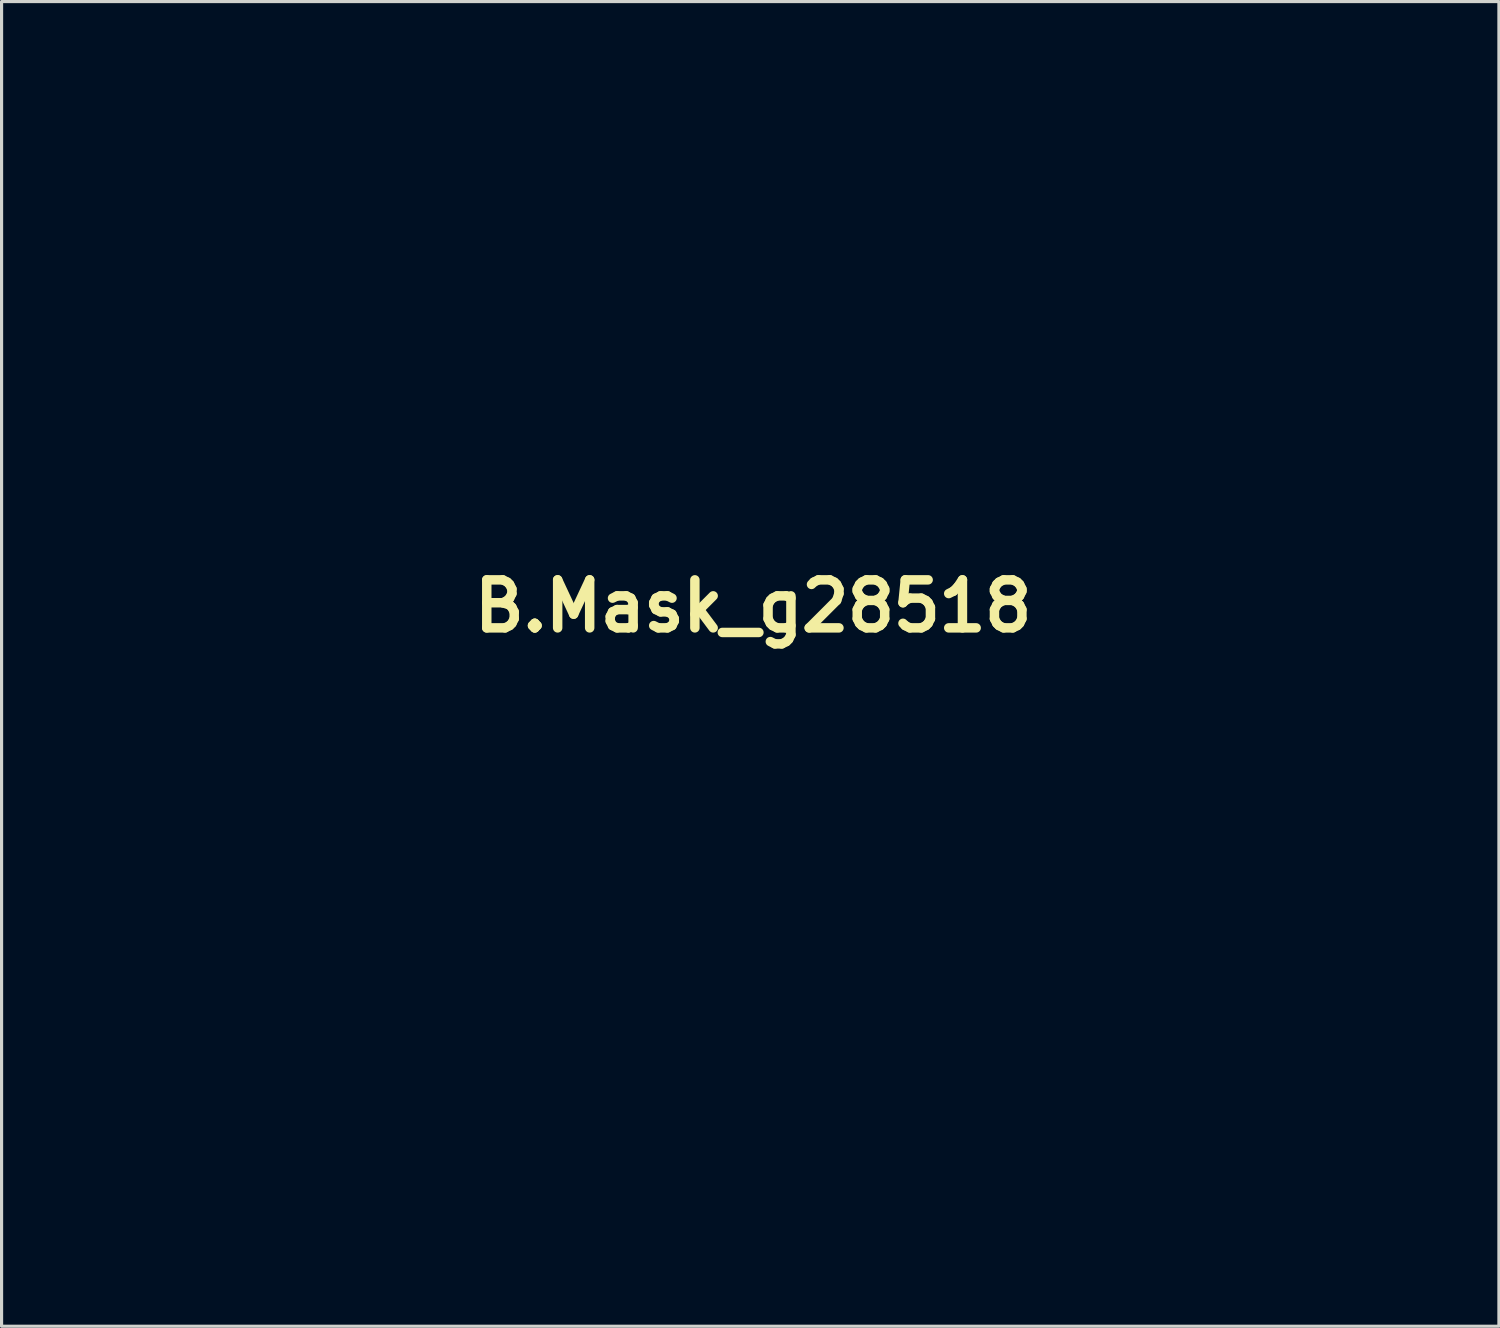
<source format=kicad_pcb>
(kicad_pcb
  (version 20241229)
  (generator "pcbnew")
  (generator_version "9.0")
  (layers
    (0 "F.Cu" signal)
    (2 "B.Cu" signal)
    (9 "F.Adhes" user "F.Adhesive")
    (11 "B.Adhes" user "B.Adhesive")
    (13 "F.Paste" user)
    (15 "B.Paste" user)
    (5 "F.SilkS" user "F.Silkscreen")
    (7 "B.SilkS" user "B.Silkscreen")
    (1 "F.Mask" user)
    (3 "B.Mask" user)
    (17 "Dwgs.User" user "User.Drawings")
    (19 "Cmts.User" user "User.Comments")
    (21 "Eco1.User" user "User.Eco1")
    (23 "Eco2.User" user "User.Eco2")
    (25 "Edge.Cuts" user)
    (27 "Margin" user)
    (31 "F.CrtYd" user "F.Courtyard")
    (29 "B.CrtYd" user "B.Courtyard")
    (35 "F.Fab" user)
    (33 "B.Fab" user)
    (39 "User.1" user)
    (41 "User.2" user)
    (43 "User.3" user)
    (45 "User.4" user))
  (footprint "B.Mask_g28518"
    (layer "F.Cu")
    (at 20.851 16.185)
    (property "Reference" "B.Mask_g28518" (at 0 0 0) (layer "F.SilkS") (effects (font (size 1.524 1.524) (thickness 0.3))))
    (attr through_hole)
    (fp_poly (pts (xy 19.334 5.877) (xy 19.467 5.887) (xy 19.573 5.906) (xy 19.659 5.935) (xy 19.733 5.977) (xy 19.785 6.019) (xy 19.844 6.08) (xy 19.886 6.147) (xy 19.911 6.226) (xy 19.919 6.321) (xy 19.91 6.435) (xy 19.884 6.573) (xy 19.84 6.74) (xy 19.778 6.939) (xy 19.75 7.024) (xy 19.635 7.354) (xy 19.499 7.713) (xy 19.347 8.094) (xy 19.181 8.491) (xy 19.004 8.897) (xy 18.819 9.307) (xy 18.629 9.713) (xy 18.436 10.111) (xy 18.244 10.492) (xy 18.055 10.851) (xy 17.873 11.183) (xy 17.711 11.462) (xy 17.57 11.694) (xy 17.421 11.936) (xy 17.266 12.184) (xy 17.107 12.434) (xy 16.948 12.683) (xy 16.789 12.927) (xy 16.635 13.162) (xy 16.486 13.386) (xy 16.345 13.593) (xy 16.215 13.782) (xy 16.099 13.948) (xy 15.997 14.088) (xy 15.913 14.198) (xy 15.861 14.262) (xy 15.801 14.331) (xy 15.543 13.934) (xy 15.387 13.69) (xy 15.253 13.477) (xy 15.139 13.29) (xy 15.043 13.124) (xy 14.963 12.975) (xy 14.897 12.839) (xy 14.842 12.712) (xy 14.796 12.589) (xy 14.758 12.465) (xy 14.725 12.337) (xy 14.709 12.266) (xy 14.686 12.115) (xy 14.678 11.931) (xy 14.683 11.72) (xy 14.7 11.49) (xy 14.73 11.247) (xy 14.771 10.999) (xy 14.824 10.751) (xy 14.827 10.737) (xy 14.937 10.34) (xy 15.074 9.937) (xy 15.238 9.533) (xy 15.425 9.132) (xy 15.632 8.739) (xy 15.856 8.359) (xy 16.094 7.997) (xy 16.345 7.657) (xy 16.604 7.344) (xy 16.869 7.062) (xy 17.137 6.817) (xy 17.201 6.765) (xy 17.356 6.649) (xy 17.534 6.527) (xy 17.729 6.404) (xy 17.931 6.285) (xy 18.133 6.174) (xy 18.326 6.076) (xy 18.504 5.996) (xy 18.657 5.937) (xy 18.665 5.934) (xy 18.741 5.91) (xy 18.806 5.894) (xy 18.871 5.883) (xy 18.946 5.877) (xy 19.042 5.874) (xy 19.166 5.874) (xy 19.334 5.877)) (stroke (width 0.01) (type solid)) (fill yes) (layer "B.Mask"))
    (fp_poly (pts (xy 19.102 -2.786) (xy 19.169 -2.764) (xy 19.228 -2.721) (xy 19.256 -2.692) (xy 19.318 -2.61) (xy 19.389 -2.491) (xy 19.467 -2.339) (xy 19.552 -2.158) (xy 19.64 -1.951) (xy 19.732 -1.724) (xy 19.825 -1.478) (xy 19.917 -1.22) (xy 20.008 -0.951) (xy 20.095 -0.678) (xy 20.177 -0.402) (xy 20.192 -0.352) (xy 20.236 -0.19) (xy 20.283 -0.01) (xy 20.332 0.184) (xy 20.381 0.386) (xy 20.43 0.592) (xy 20.477 0.795) (xy 20.521 0.992) (xy 20.56 1.176) (xy 20.595 1.344) (xy 20.623 1.49) (xy 20.644 1.608) (xy 20.656 1.694) (xy 20.659 1.734) (xy 20.655 1.759) (xy 20.643 1.785) (xy 20.617 1.818) (xy 20.573 1.86) (xy 20.508 1.918) (xy 20.416 1.994) (xy 20.336 2.059) (xy 20.158 2.203) (xy 19.959 2.363) (xy 19.742 2.537) (xy 19.511 2.72) (xy 19.271 2.909) (xy 19.028 3.101) (xy 18.784 3.293) (xy 18.545 3.48) (xy 18.314 3.659) (xy 18.098 3.827) (xy 17.899 3.981) (xy 17.722 4.116) (xy 17.572 4.23) (xy 17.522 4.267) (xy 17.213 4.476) (xy 16.894 4.65) (xy 16.569 4.787) (xy 16.244 4.884) (xy 16.178 4.899) (xy 16.053 4.92) (xy 15.914 4.934) (xy 15.776 4.942) (xy 15.652 4.942) (xy 15.554 4.933) (xy 15.55 4.932) (xy 15.471 4.911) (xy 15.38 4.879) (xy 15.334 4.858) (xy 15.208 4.774) (xy 15.092 4.653) (xy 14.987 4.496) (xy 14.894 4.309) (xy 14.816 4.094) (xy 14.754 3.855) (xy 14.711 3.596) (xy 14.71 3.59) (xy 14.695 3.409) (xy 14.691 3.2) (xy 14.697 2.977) (xy 14.712 2.755) (xy 14.737 2.546) (xy 14.764 2.392) (xy 14.891 1.88) (xy 15.057 1.369) (xy 15.261 0.864) (xy 15.5 0.37) (xy 15.772 -0.11) (xy 16.073 -0.57) (xy 16.402 -1.005) (xy 16.755 -1.412) (xy 16.859 -1.521) (xy 17.168 -1.82) (xy 17.47 -2.079) (xy 17.768 -2.296) (xy 18.061 -2.475) (xy 18.352 -2.614) (xy 18.641 -2.715) (xy 18.903 -2.774) (xy 19.017 -2.789) (xy 19.102 -2.786)) (stroke (width 0.01) (type solid)) (fill yes) (layer "B.Mask"))
    (fp_poly (pts (xy -11.502 -16.178) (xy -11.488 -16.166) (xy -11.479 -16.139) (xy -11.474 -16.093) (xy -11.474 -16.024) (xy -11.479 -15.929) (xy -11.488 -15.802) (xy -11.501 -15.641) (xy -11.515 -15.493) (xy -11.558 -15.044) (xy -11.6 -14.635) (xy -11.642 -14.262) (xy -11.685 -13.921) (xy -11.729 -13.61) (xy -11.774 -13.324) (xy -11.823 -13.062) (xy -11.874 -12.819) (xy -11.929 -12.593) (xy -11.989 -12.38) (xy -12.054 -12.177) (xy -12.125 -11.981) (xy -12.203 -11.789) (xy -12.288 -11.596) (xy -12.371 -11.419) (xy -12.53 -11.11) (xy -12.704 -10.801) (xy -12.888 -10.499) (xy -13.078 -10.21) (xy -13.27 -9.94) (xy -13.46 -9.697) (xy -13.643 -9.487) (xy -13.681 -9.446) (xy -13.8 -9.328) (xy -13.902 -9.241) (xy -13.993 -9.182) (xy -14.078 -9.148) (xy -14.164 -9.133) (xy -14.177 -9.133) (xy -14.243 -9.128) (xy -14.289 -9.116) (xy -14.33 -9.088) (xy -14.382 -9.036) (xy -14.392 -9.025) (xy -14.454 -8.958) (xy -14.512 -8.891) (xy -14.546 -8.849) (xy -14.602 -8.776) (xy -14.813 -8.875) (xy -14.903 -8.916) (xy -14.982 -8.949) (xy -15.041 -8.969) (xy -15.066 -8.975) (xy -15.109 -8.957) (xy -15.166 -8.908) (xy -15.233 -8.834) (xy -15.306 -8.741) (xy -15.378 -8.635) (xy -15.42 -8.565) (xy -15.51 -8.409) (xy -15.585 -8.286) (xy -15.651 -8.192) (xy -15.713 -8.124) (xy -15.778 -8.077) (xy -15.849 -8.047) (xy -15.934 -8.031) (xy -16.037 -8.024) (xy -16.165 -8.023) (xy -16.191 -8.023) (xy -16.356 -8.026) (xy -16.48 -8.034) (xy -16.564 -8.048) (xy -16.584 -8.054) (xy -16.675 -8.104) (xy -16.769 -8.191) (xy -16.861 -8.308) (xy -16.949 -8.45) (xy -17.028 -8.609) (xy -17.094 -8.781) (xy -17.133 -8.914) (xy -17.166 -9.056) (xy -17.192 -9.191) (xy -17.212 -9.331) (xy -17.226 -9.485) (xy -17.237 -9.664) (xy -17.242 -9.807) (xy -17.255 -10.171) (xy -16.941 -10.636) (xy -16.431 -11.358) (xy -15.882 -12.073) (xy -15.295 -12.778) (xy -14.673 -13.47) (xy -14.018 -14.147) (xy -13.747 -14.413) (xy -13.59 -14.563) (xy -13.42 -14.718) (xy -13.242 -14.876) (xy -13.058 -15.035) (xy -12.872 -15.194) (xy -12.685 -15.348) (xy -12.502 -15.496) (xy -12.325 -15.636) (xy -12.157 -15.765) (xy -12.001 -15.881) (xy -11.86 -15.982) (xy -11.738 -16.064) (xy -11.638 -16.126) (xy -11.561 -16.165) (xy -11.512 -16.18) (xy -11.502 -16.178)) (stroke (width 0.01) (type solid)) (fill yes) (layer "B.Mask"))
    (fp_poly (pts (xy -17.049 -6.205) (xy -16.949 -6.203) (xy -16.881 -6.199) (xy -16.85 -6.193) (xy -16.849 -6.191) (xy -16.859 -6.161) (xy -16.89 -6.096) (xy -16.942 -5.995) (xy -17.013 -5.86) (xy -17.104 -5.691) (xy -17.214 -5.488) (xy -17.343 -5.253) (xy -17.491 -4.986) (xy -17.609 -4.773) (xy -17.773 -4.477) (xy -17.917 -4.216) (xy -18.042 -3.987) (xy -18.15 -3.789) (xy -18.24 -3.618) (xy -18.314 -3.473) (xy -18.375 -3.352) (xy -18.421 -3.253) (xy -18.455 -3.173) (xy -18.478 -3.111) (xy -18.491 -3.064) (xy -18.493 -3.047) (xy -18.504 -2.951) (xy -18.332 -2.796) (xy -18.261 -2.728) (xy -18.201 -2.665) (xy -18.161 -2.615) (xy -18.148 -2.59) (xy -18.15 -2.54) (xy -18.182 -2.479) (xy -18.195 -2.461) (xy -18.244 -2.371) (xy -18.253 -2.282) (xy -18.222 -2.191) (xy -18.15 -2.098) (xy -18.036 -2.001) (xy -18.01 -1.982) (xy -17.867 -1.88) (xy -17.758 -1.799) (xy -17.679 -1.735) (xy -17.627 -1.687) (xy -17.599 -1.652) (xy -17.594 -1.636) (xy -17.602 -1.597) (xy -17.631 -1.523) (xy -17.683 -1.413) (xy -17.756 -1.267) (xy -17.85 -1.086) (xy -17.966 -0.869) (xy -18.104 -0.618) (xy -18.129 -0.572) (xy -18.215 -0.415) (xy -18.31 -0.237) (xy -18.408 -0.053) (xy -18.499 0.123) (xy -18.567 0.254) (xy -18.631 0.38) (xy -18.692 0.497) (xy -18.746 0.598) (xy -18.789 0.677) (xy -18.817 0.727) (xy -18.823 0.736) (xy -18.887 0.81) (xy -18.984 0.893) (xy -19.108 0.981) (xy -19.25 1.072) (xy -19.405 1.159) (xy -19.566 1.238) (xy -19.726 1.307) (xy -19.759 1.319) (xy -19.974 1.391) (xy -20.188 1.447) (xy -20.39 1.483) (xy -20.511 1.495) (xy -20.606 1.501) (xy -20.669 1.501) (xy -20.708 1.495) (xy -20.733 1.482) (xy -20.747 1.468) (xy -20.773 1.431) (xy -20.793 1.377) (xy -20.809 1.302) (xy -20.821 1.201) (xy -20.831 1.07) (xy -20.839 0.903) (xy -20.841 0.826) (xy -20.846 0.497) (xy -20.841 0.149) (xy -20.826 -0.209) (xy -20.802 -0.565) (xy -20.771 -0.908) (xy -20.732 -1.228) (xy -20.701 -1.429) (xy -20.606 -1.944) (xy -20.488 -2.49) (xy -20.348 -3.063) (xy -20.188 -3.658) (xy -20.009 -4.271) (xy -19.812 -4.898) (xy -19.605 -5.514) (xy -19.399 -6.107) (xy -19.061 -6.132) (xy -18.888 -6.144) (xy -18.7 -6.155) (xy -18.502 -6.165) (xy -18.298 -6.174) (xy -18.091 -6.183) (xy -17.886 -6.19) (xy -17.688 -6.196) (xy -17.501 -6.201) (xy -17.33 -6.204) (xy -17.177 -6.205) (xy -17.049 -6.205)) (stroke (width 0.01) (type solid)) (fill yes) (layer "B.Mask"))
    (fp_poly (pts (xy 12.199 12.605) (xy 12.299 12.606) (xy 12.371 12.61) (xy 12.425 12.616) (xy 12.468 12.626) (xy 12.508 12.641) (xy 12.552 12.662) (xy 12.556 12.664) (xy 12.655 12.724) (xy 12.743 12.803) (xy 12.827 12.909) (xy 12.91 13.046) (xy 12.966 13.155) (xy 13.015 13.254) (xy 13.054 13.341) (xy 13.085 13.419) (xy 13.108 13.497) (xy 13.126 13.579) (xy 13.138 13.674) (xy 13.147 13.785) (xy 13.153 13.921) (xy 13.157 14.087) (xy 13.16 14.272) (xy 13.163 14.536) (xy 13.162 14.763) (xy 13.158 14.959) (xy 13.148 15.131) (xy 13.134 15.283) (xy 13.114 15.422) (xy 13.089 15.553) (xy 13.057 15.683) (xy 13.05 15.71) (xy 12.953 16.029) (xy 12.839 16.351) (xy 12.709 16.671) (xy 12.568 16.982) (xy 12.418 17.277) (xy 12.263 17.551) (xy 12.105 17.797) (xy 11.947 18.009) (xy 11.909 18.055) (xy 11.766 18.204) (xy 11.584 18.358) (xy 11.368 18.517) (xy 11.119 18.678) (xy 10.842 18.838) (xy 10.541 18.997) (xy 10.217 19.152) (xy 9.875 19.3) (xy 9.694 19.374) (xy 9.373 19.496) (xy 9.079 19.597) (xy 8.807 19.678) (xy 8.549 19.741) (xy 8.297 19.789) (xy 8.045 19.822) (xy 7.789 19.842) (xy 7.695 19.847) (xy 7.631 19.847) (xy 7.586 19.84) (xy 7.547 19.824) (xy 7.504 19.797) (xy 7.493 19.79) (xy 7.447 19.759) (xy 7.372 19.709) (xy 7.276 19.645) (xy 7.165 19.572) (xy 7.046 19.493) (xy 7.016 19.473) (xy 6.873 19.378) (xy 6.762 19.303) (xy 6.679 19.245) (xy 6.62 19.201) (xy 6.582 19.168) (xy 6.561 19.141) (xy 6.554 19.12) (xy 6.556 19.099) (xy 6.561 19.084) (xy 6.579 19.045) (xy 6.616 18.972) (xy 6.671 18.868) (xy 6.742 18.736) (xy 6.827 18.579) (xy 6.924 18.401) (xy 7.032 18.203) (xy 7.15 17.99) (xy 7.274 17.763) (xy 7.405 17.527) (xy 7.541 17.284) (xy 7.678 17.036) (xy 7.817 16.788) (xy 7.955 16.542) (xy 8.091 16.301) (xy 8.222 16.067) (xy 8.348 15.845) (xy 8.452 15.663) (xy 8.609 15.391) (xy 8.751 15.151) (xy 8.881 14.939) (xy 9.004 14.751) (xy 9.122 14.581) (xy 9.239 14.424) (xy 9.359 14.275) (xy 9.485 14.13) (xy 9.621 13.983) (xy 9.77 13.829) (xy 9.81 13.79) (xy 10.098 13.516) (xy 10.38 13.276) (xy 10.654 13.072) (xy 10.918 12.904) (xy 11.171 12.772) (xy 11.411 12.68) (xy 11.504 12.653) (xy 11.584 12.635) (xy 11.659 12.622) (xy 11.74 12.613) (xy 11.836 12.608) (xy 11.958 12.605) (xy 12.065 12.605) (xy 12.199 12.605)) (stroke (width 0.01) (type solid)) (fill yes) (layer "B.Mask")))
  (gr_rect
    (start -3 -3)
    (end 44.515 39.036)
    (stroke (width 0.1) (type default))
    (fill no)
    (layer "Edge.Cuts")))
</source>
